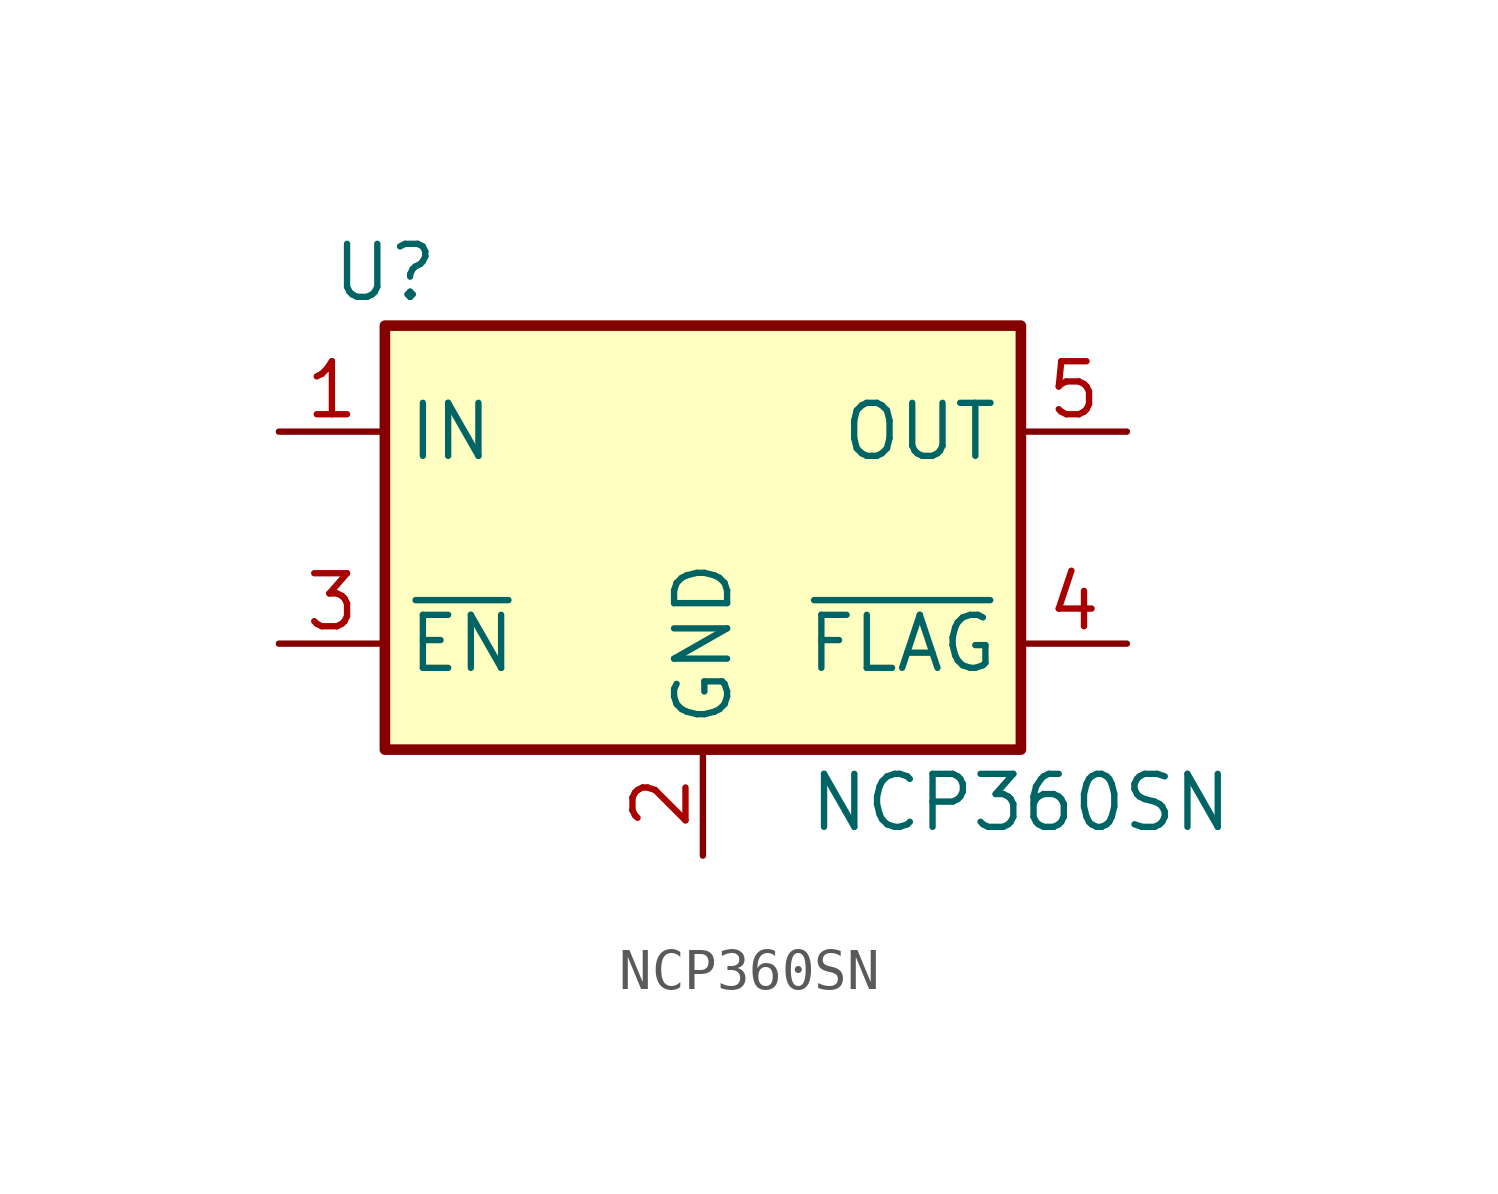
<source format=kicad_sym>
(kicad_symbol_lib
  (version 20231120)
  (generator "kicad_symbol_editor")
  (generator_version "8.0")
  (symbol "NCP360SN"
    (property "Reference" "U"
      (at -7.62 6.35 0)
      (effects (font (size 1.27 1.27))))
    (property "Value" "NCP360SN"
      (at 7.62 -6.35 0)
      (effects (font (size 1.27 1.27))))
    (symbol "NCP360SN_0_1"
      (rectangle (start -7.62 5.08) (end 7.62 -5.08) (stroke (width 0.254) (type default)) (fill (type background))))
    (symbol "NCP360SN_1_1"
      (pin power_in line (at -10.16 2.54 0) (length 2.54) (name "IN" (effects (font (size 1.27 1.27)))) (number "1" (effects (font (size 1.27 1.27)))))
      (pin power_in line (at 0 -7.62 90) (length 2.54) (name "GND" (effects (font (size 1.27 1.27)))) (number "2" (effects (font (size 1.27 1.27)))))
      (pin input line (at -10.16 -2.54 0) (length 2.54) (name "~{EN}" (effects (font (size 1.27 1.27)))) (number "3" (effects (font (size 1.27 1.27)))))
      (pin open_collector line (at 10.16 -2.54 180) (length 2.54) (name "~{FLAG}" (effects (font (size 1.27 1.27)))) (number "4" (effects (font (size 1.27 1.27)))))
      (pin power_out line (at 10.16 2.54 180) (length 2.54) (name "OUT" (effects (font (size 1.27 1.27)))) (number "5" (effects (font (size 1.27 1.27))))))))
</source>
